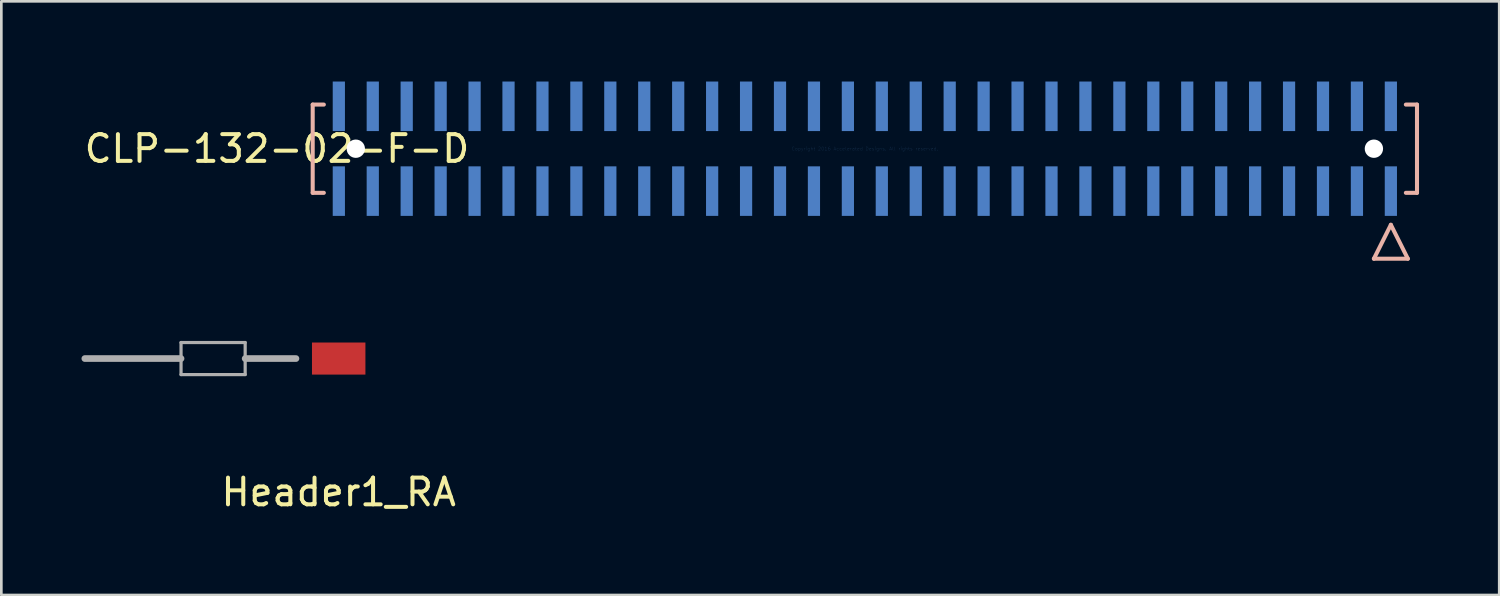
<source format=kicad_pcb>
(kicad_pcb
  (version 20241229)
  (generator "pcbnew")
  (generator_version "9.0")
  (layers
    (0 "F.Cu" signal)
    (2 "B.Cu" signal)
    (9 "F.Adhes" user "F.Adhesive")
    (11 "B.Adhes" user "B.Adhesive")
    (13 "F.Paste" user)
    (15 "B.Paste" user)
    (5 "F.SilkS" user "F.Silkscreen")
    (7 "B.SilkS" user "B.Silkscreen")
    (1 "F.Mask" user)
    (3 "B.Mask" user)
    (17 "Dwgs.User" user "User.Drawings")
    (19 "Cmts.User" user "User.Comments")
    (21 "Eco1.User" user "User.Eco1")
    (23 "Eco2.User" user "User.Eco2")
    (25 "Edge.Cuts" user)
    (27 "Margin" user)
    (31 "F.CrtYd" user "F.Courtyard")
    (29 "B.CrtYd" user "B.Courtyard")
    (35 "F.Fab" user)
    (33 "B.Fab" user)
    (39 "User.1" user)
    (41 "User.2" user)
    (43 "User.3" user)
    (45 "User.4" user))
  (footprint "Header1_RA"
    (layer "F.Cu")
    (at 9.625 10.368)
    (property "Reference" "Header1_RA" (at 0 5 0) (layer "F.SilkS") (effects (font (size 1 1) (thickness 0.15))))
    (attr through_hole)
    (fp_line (start -5.9 -0.6) (end -3.5 -0.6) (stroke (width 0.12) (type solid)) (layer "F.Fab"))
    (fp_line (start -5.9 0) (end -9.5 0) (stroke (width 0.25) (type solid)) (layer "F.Fab"))
    (fp_line (start -5.9 0.6) (end -5.9 -0.6) (stroke (width 0.12) (type solid)) (layer "F.Fab"))
    (fp_line (start -3.5 -0.6) (end -3.5 0.6) (stroke (width 0.12) (type solid)) (layer "F.Fab"))
    (fp_line (start -3.5 0) (end -1.6 0) (stroke (width 0.25) (type solid)) (layer "F.Fab"))
    (fp_line (start -3.5 0.6) (end -5.9 0.6) (stroke (width 0.12) (type solid)) (layer "F.Fab"))
    (pad "1" smd rect (at 0 0) (size 2 1.2) (layers "F.Cu" "F.Mask" "F.Paste")))
  (footprint "CLP-132-02-F-D"
    (layer "F.Cu")
    (at 29.315 2.515)
    (property "Reference" "CLP-132-02-F-D" (at -22 0 0) (layer "F.SilkS") (effects (font (size 1 1) (thickness 0.15))))
    (attr through_hole)
    (fp_line (start -20.663 -1.651) (end -20.663 1.651) (stroke (width 0.152) (type solid)) (layer "B.SilkS"))
    (fp_line (start -20.663 1.651) (end -20.246 1.651) (stroke (width 0.152) (type solid)) (layer "B.SilkS"))
    (fp_line (start -20.246 -1.651) (end -20.663 -1.651) (stroke (width 0.152) (type solid)) (layer "B.SilkS"))
    (fp_line (start 19.05 4.117) (end 20.32 4.117) (stroke (width 0.152) (type solid)) (layer "B.SilkS"))
    (fp_line (start 19.685 2.847) (end 19.05 4.117) (stroke (width 0.152) (type solid)) (layer "B.SilkS"))
    (fp_line (start 20.246 1.651) (end 20.663 1.651) (stroke (width 0.152) (type solid)) (layer "B.SilkS"))
    (fp_line (start 20.32 4.117) (end 19.685 2.847) (stroke (width 0.152) (type solid)) (layer "B.SilkS"))
    (fp_line (start 20.663 -1.651) (end 20.246 -1.651) (stroke (width 0.152) (type solid)) (layer "B.SilkS"))
    (fp_line (start 20.663 1.651) (end 20.663 -1.651) (stroke (width 0.152) (type solid)) (layer "B.SilkS"))
    (fp_text user "Copyright 2016 Accelerated Designs. All rights reserved." (at 0 0 0) (layer "Cmts.User") (effects (font (size 0.127 0.127) (thickness 0.002))))
    (pad "" np_thru_hole circle (at -19.05 0) (size 0.686 0.686) (drill 0.686) (layers "*.Cu" "*.Mask"))
    (pad "" np_thru_hole circle (at 19.05 0) (size 0.686 0.686) (drill 0.686) (layers "*.Cu" "*.Mask"))
    (pad "1" smd rect (at 19.685 1.587) (size 0.457 1.854) (layers "B.Cu" "B.Mask" "B.Paste"))
    (pad "2" smd rect (at 19.685 -1.587) (size 0.457 1.854) (layers "B.Cu" "B.Mask" "B.Paste"))
    (pad "3" smd rect (at 18.415 1.587) (size 0.457 1.854) (layers "B.Cu" "B.Mask" "B.Paste"))
    (pad "4" smd rect (at 18.415 -1.587) (size 0.457 1.854) (layers "B.Cu" "B.Mask" "B.Paste"))
    (pad "5" smd rect (at 17.145 1.587) (size 0.457 1.854) (layers "B.Cu" "B.Mask" "B.Paste"))
    (pad "6" smd rect (at 17.145 -1.587) (size 0.457 1.854) (layers "B.Cu" "B.Mask" "B.Paste"))
    (pad "7" smd rect (at 15.875 1.587) (size 0.457 1.854) (layers "B.Cu" "B.Mask" "B.Paste"))
    (pad "8" smd rect (at 15.875 -1.587) (size 0.457 1.854) (layers "B.Cu" "B.Mask" "B.Paste"))
    (pad "9" smd rect (at 14.605 1.587) (size 0.457 1.854) (layers "B.Cu" "B.Mask" "B.Paste"))
    (pad "10" smd rect (at 14.605 -1.587) (size 0.457 1.854) (layers "B.Cu" "B.Mask" "B.Paste"))
    (pad "11" smd rect (at 13.335 1.587) (size 0.457 1.854) (layers "B.Cu" "B.Mask" "B.Paste"))
    (pad "12" smd rect (at 13.335 -1.587) (size 0.457 1.854) (layers "B.Cu" "B.Mask" "B.Paste"))
    (pad "13" smd rect (at 12.065 1.587) (size 0.457 1.854) (layers "B.Cu" "B.Mask" "B.Paste"))
    (pad "14" smd rect (at 12.065 -1.587) (size 0.457 1.854) (layers "B.Cu" "B.Mask" "B.Paste"))
    (pad "15" smd rect (at 10.795 1.587) (size 0.457 1.854) (layers "B.Cu" "B.Mask" "B.Paste"))
    (pad "16" smd rect (at 10.795 -1.587) (size 0.457 1.854) (layers "B.Cu" "B.Mask" "B.Paste"))
    (pad "17" smd rect (at 9.525 1.587) (size 0.457 1.854) (layers "B.Cu" "B.Mask" "B.Paste"))
    (pad "18" smd rect (at 9.525 -1.587) (size 0.457 1.854) (layers "B.Cu" "B.Mask" "B.Paste"))
    (pad "19" smd rect (at 8.255 1.587) (size 0.457 1.854) (layers "B.Cu" "B.Mask" "B.Paste"))
    (pad "20" smd rect (at 8.255 -1.587) (size 0.457 1.854) (layers "B.Cu" "B.Mask" "B.Paste"))
    (pad "21" smd rect (at 6.985 1.587) (size 0.457 1.854) (layers "B.Cu" "B.Mask" "B.Paste"))
    (pad "22" smd rect (at 6.985 -1.587) (size 0.457 1.854) (layers "B.Cu" "B.Mask" "B.Paste"))
    (pad "23" smd rect (at 5.715 1.587) (size 0.457 1.854) (layers "B.Cu" "B.Mask" "B.Paste"))
    (pad "24" smd rect (at 5.715 -1.587) (size 0.457 1.854) (layers "B.Cu" "B.Mask" "B.Paste"))
    (pad "25" smd rect (at 4.445 1.587) (size 0.457 1.854) (layers "B.Cu" "B.Mask" "B.Paste"))
    (pad "26" smd rect (at 4.445 -1.587) (size 0.457 1.854) (layers "B.Cu" "B.Mask" "B.Paste"))
    (pad "27" smd rect (at 3.175 1.587) (size 0.457 1.854) (layers "B.Cu" "B.Mask" "B.Paste"))
    (pad "28" smd rect (at 3.175 -1.587) (size 0.457 1.854) (layers "B.Cu" "B.Mask" "B.Paste"))
    (pad "29" smd rect (at 1.905 1.587) (size 0.457 1.854) (layers "B.Cu" "B.Mask" "B.Paste"))
    (pad "30" smd rect (at 1.905 -1.587) (size 0.457 1.854) (layers "B.Cu" "B.Mask" "B.Paste"))
    (pad "31" smd rect (at 0.635 1.587) (size 0.457 1.854) (layers "B.Cu" "B.Mask" "B.Paste"))
    (pad "32" smd rect (at 0.635 -1.587) (size 0.457 1.854) (layers "B.Cu" "B.Mask" "B.Paste"))
    (pad "33" smd rect (at -0.635 1.587) (size 0.457 1.854) (layers "B.Cu" "B.Mask" "B.Paste"))
    (pad "34" smd rect (at -0.635 -1.587) (size 0.457 1.854) (layers "B.Cu" "B.Mask" "B.Paste"))
    (pad "35" smd rect (at -1.905 1.587) (size 0.457 1.854) (layers "B.Cu" "B.Mask" "B.Paste"))
    (pad "36" smd rect (at -1.905 -1.587) (size 0.457 1.854) (layers "B.Cu" "B.Mask" "B.Paste"))
    (pad "37" smd rect (at -3.175 1.587) (size 0.457 1.854) (layers "B.Cu" "B.Mask" "B.Paste"))
    (pad "38" smd rect (at -3.175 -1.587) (size 0.457 1.854) (layers "B.Cu" "B.Mask" "B.Paste"))
    (pad "39" smd rect (at -4.445 1.587) (size 0.457 1.854) (layers "B.Cu" "B.Mask" "B.Paste"))
    (pad "40" smd rect (at -4.445 -1.587) (size 0.457 1.854) (layers "B.Cu" "B.Mask" "B.Paste"))
    (pad "41" smd rect (at -5.715 1.587) (size 0.457 1.854) (layers "B.Cu" "B.Mask" "B.Paste"))
    (pad "42" smd rect (at -5.715 -1.587) (size 0.457 1.854) (layers "B.Cu" "B.Mask" "B.Paste"))
    (pad "43" smd rect (at -6.985 1.587) (size 0.457 1.854) (layers "B.Cu" "B.Mask" "B.Paste"))
    (pad "44" smd rect (at -6.985 -1.587) (size 0.457 1.854) (layers "B.Cu" "B.Mask" "B.Paste"))
    (pad "45" smd rect (at -8.255 1.587) (size 0.457 1.854) (layers "B.Cu" "B.Mask" "B.Paste"))
    (pad "46" smd rect (at -8.255 -1.587) (size 0.457 1.854) (layers "B.Cu" "B.Mask" "B.Paste"))
    (pad "47" smd rect (at -9.525 1.587) (size 0.457 1.854) (layers "B.Cu" "B.Mask" "B.Paste"))
    (pad "48" smd rect (at -9.525 -1.587) (size 0.457 1.854) (layers "B.Cu" "B.Mask" "B.Paste"))
    (pad "49" smd rect (at -10.795 1.587) (size 0.457 1.854) (layers "B.Cu" "B.Mask" "B.Paste"))
    (pad "50" smd rect (at -10.795 -1.587) (size 0.457 1.854) (layers "B.Cu" "B.Mask" "B.Paste"))
    (pad "51" smd rect (at -12.065 1.587) (size 0.457 1.854) (layers "B.Cu" "B.Mask" "B.Paste"))
    (pad "52" smd rect (at -12.065 -1.587) (size 0.457 1.854) (layers "B.Cu" "B.Mask" "B.Paste"))
    (pad "53" smd rect (at -13.335 1.587) (size 0.457 1.854) (layers "B.Cu" "B.Mask" "B.Paste"))
    (pad "54" smd rect (at -13.335 -1.587) (size 0.457 1.854) (layers "B.Cu" "B.Mask" "B.Paste"))
    (pad "55" smd rect (at -14.605 1.587) (size 0.457 1.854) (layers "B.Cu" "B.Mask" "B.Paste"))
    (pad "56" smd rect (at -14.605 -1.587) (size 0.457 1.854) (layers "B.Cu" "B.Mask" "B.Paste"))
    (pad "57" smd rect (at -15.875 1.587) (size 0.457 1.854) (layers "B.Cu" "B.Mask" "B.Paste"))
    (pad "58" smd rect (at -15.875 -1.587) (size 0.457 1.854) (layers "B.Cu" "B.Mask" "B.Paste"))
    (pad "59" smd rect (at -17.145 1.587) (size 0.457 1.854) (layers "B.Cu" "B.Mask" "B.Paste"))
    (pad "60" smd rect (at -17.145 -1.587) (size 0.457 1.854) (layers "B.Cu" "B.Mask" "B.Paste"))
    (pad "61" smd rect (at -18.415 1.587) (size 0.457 1.854) (layers "B.Cu" "B.Mask" "B.Paste"))
    (pad "62" smd rect (at -18.415 -1.587) (size 0.457 1.854) (layers "B.Cu" "B.Mask" "B.Paste"))
    (pad "63" smd rect (at -19.685 1.587) (size 0.457 1.854) (layers "B.Cu" "B.Mask" "B.Paste"))
    (pad "64" smd rect (at -19.685 -1.587) (size 0.457 1.854) (layers "B.Cu" "B.Mask" "B.Paste")))
  (gr_rect
    (start -3 -3)
    (end 53.055 19.216)
    (stroke (width 0.1) (type default))
    (fill no)
    (layer "Edge.Cuts")))
</source>
